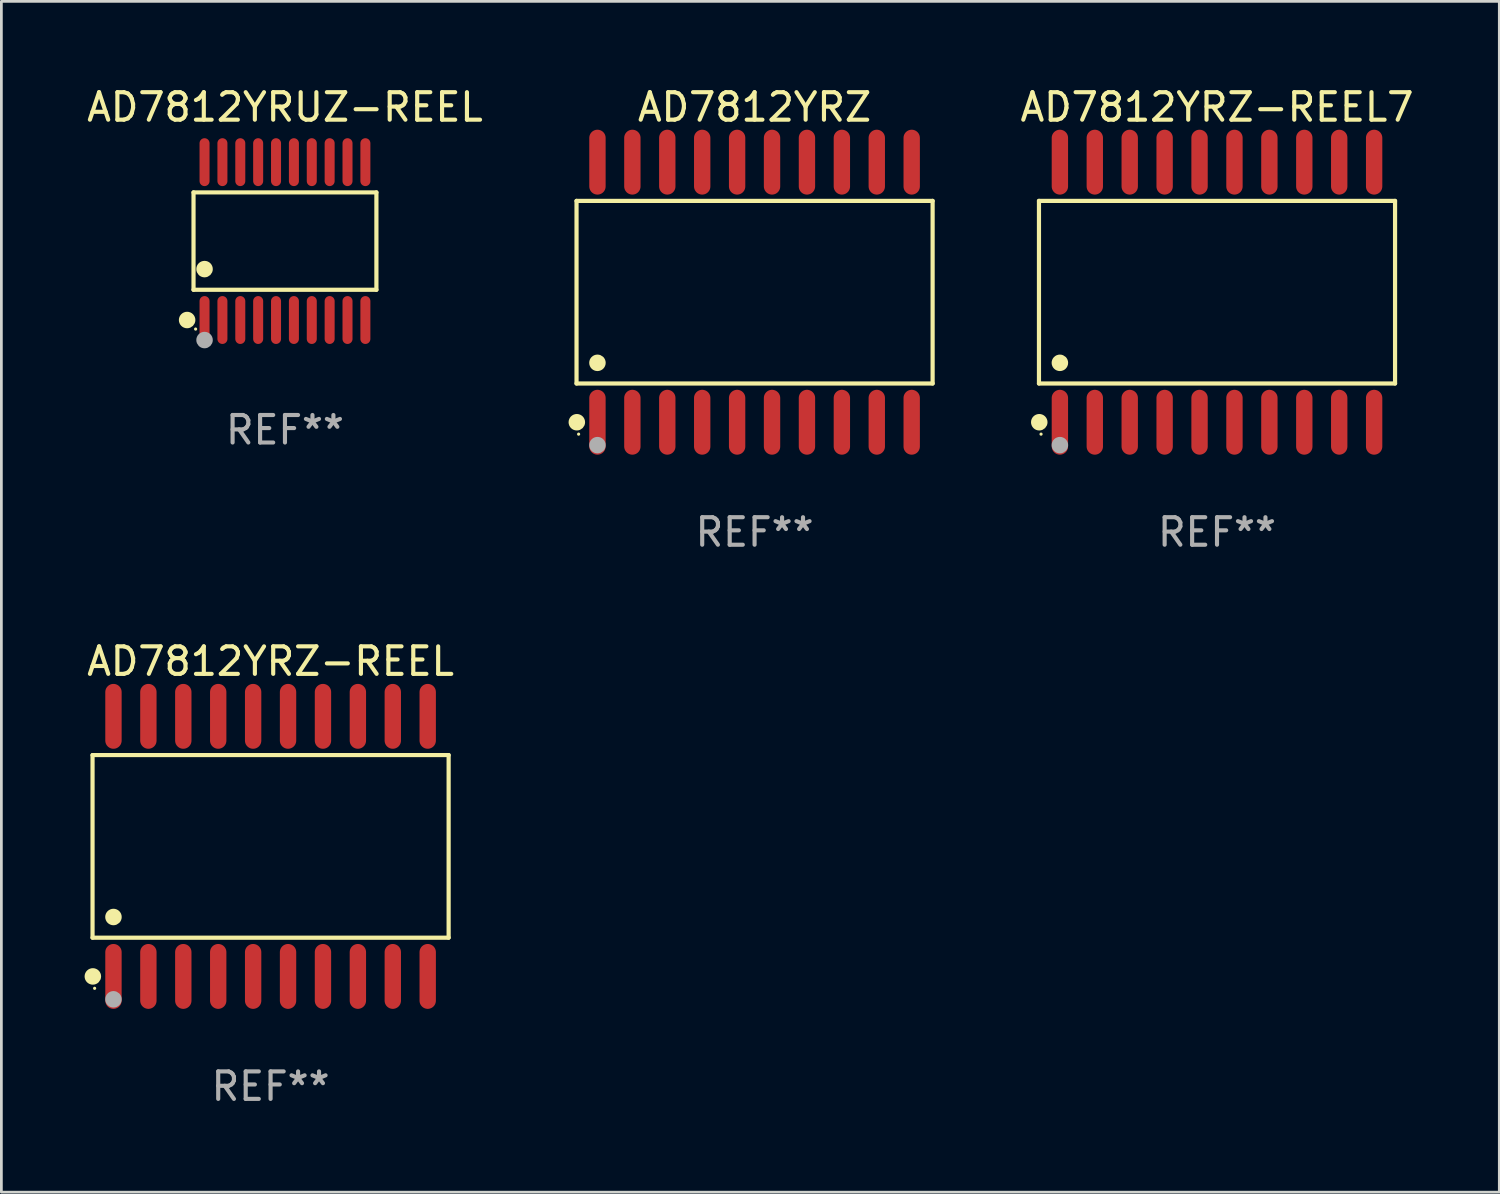
<source format=kicad_pcb>
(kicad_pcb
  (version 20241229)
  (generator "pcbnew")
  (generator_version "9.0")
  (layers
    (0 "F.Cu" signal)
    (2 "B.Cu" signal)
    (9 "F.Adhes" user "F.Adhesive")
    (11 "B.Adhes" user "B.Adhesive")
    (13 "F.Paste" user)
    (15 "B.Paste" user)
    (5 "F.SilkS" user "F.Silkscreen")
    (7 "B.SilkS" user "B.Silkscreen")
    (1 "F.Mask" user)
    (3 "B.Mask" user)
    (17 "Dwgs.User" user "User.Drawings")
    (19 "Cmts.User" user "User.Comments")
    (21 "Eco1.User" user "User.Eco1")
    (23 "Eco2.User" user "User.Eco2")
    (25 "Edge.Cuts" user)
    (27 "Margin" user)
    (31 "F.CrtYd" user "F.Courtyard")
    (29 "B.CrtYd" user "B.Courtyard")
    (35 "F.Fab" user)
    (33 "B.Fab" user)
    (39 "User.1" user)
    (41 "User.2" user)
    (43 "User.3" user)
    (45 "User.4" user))
  (footprint "AD7812YRZ"
    (layer "F.Cu")
    (at 24.396 7.578)
    (property "Reference" "AD7812YRZ" (at 0 -6.73 0) (layer "F.SilkS") (effects (font (size 1 1) (thickness 0.15))))
    (attr through_hole)
    (fp_line (start -6.476 -3.321) (end 6.476 -3.321) (stroke (width 0.152) (type solid)) (layer "F.SilkS"))
    (fp_line (start -6.476 3.321) (end -6.476 -3.321) (stroke (width 0.152) (type solid)) (layer "F.SilkS"))
    (fp_line (start 6.476 -3.321) (end 6.476 3.321) (stroke (width 0.152) (type solid)) (layer "F.SilkS"))
    (fp_line (start 6.476 3.321) (end -6.476 3.321) (stroke (width 0.152) (type solid)) (layer "F.SilkS"))
    (fp_circle (center -6.465 4.73) (end -6.315 4.73) (stroke (width 0.3) (type solid)) (fill no) (layer "F.SilkS"))
    (fp_circle (center -6.4 5.163) (end -6.37 5.163) (stroke (width 0.06) (type solid)) (fill no) (layer "F.SilkS"))
    (fp_circle (center -5.715 2.569) (end -5.565 2.569) (stroke (width 0.3) (type solid)) (fill no) (layer "F.SilkS"))
    (fp_circle (center -5.715 5.563) (end -5.565 5.563) (stroke (width 0.3) (type solid)) (fill no) (layer "F.Fab"))
    (fp_text user "REF**" (at 0 8.73 0) (layer "F.Fab") (effects (font (size 1 1) (thickness 0.15))))
    (pad "1" smd oval (at -5.715 4.73) (size 0.595 2.36) (layers "F.Cu" "F.Mask" "F.Paste"))
    (pad "2" smd oval (at -4.445 4.73) (size 0.595 2.36) (layers "F.Cu" "F.Mask" "F.Paste"))
    (pad "3" smd oval (at -3.175 4.73) (size 0.595 2.36) (layers "F.Cu" "F.Mask" "F.Paste"))
    (pad "4" smd oval (at -1.905 4.73) (size 0.595 2.36) (layers "F.Cu" "F.Mask" "F.Paste"))
    (pad "5" smd oval (at -0.635 4.73) (size 0.595 2.36) (layers "F.Cu" "F.Mask" "F.Paste"))
    (pad "6" smd oval (at 0.635 4.73) (size 0.595 2.36) (layers "F.Cu" "F.Mask" "F.Paste"))
    (pad "7" smd oval (at 1.905 4.73) (size 0.595 2.36) (layers "F.Cu" "F.Mask" "F.Paste"))
    (pad "8" smd oval (at 3.175 4.73) (size 0.595 2.36) (layers "F.Cu" "F.Mask" "F.Paste"))
    (pad "9" smd oval (at 4.445 4.73) (size 0.595 2.36) (layers "F.Cu" "F.Mask" "F.Paste"))
    (pad "10" smd oval (at 5.715 4.73) (size 0.595 2.36) (layers "F.Cu" "F.Mask" "F.Paste"))
    (pad "11" smd oval (at 5.715 -4.73) (size 0.595 2.36) (layers "F.Cu" "F.Mask" "F.Paste"))
    (pad "12" smd oval (at 4.445 -4.73) (size 0.595 2.36) (layers "F.Cu" "F.Mask" "F.Paste"))
    (pad "13" smd oval (at 3.175 -4.73) (size 0.595 2.36) (layers "F.Cu" "F.Mask" "F.Paste"))
    (pad "14" smd oval (at 1.905 -4.73) (size 0.595 2.36) (layers "F.Cu" "F.Mask" "F.Paste"))
    (pad "15" smd oval (at 0.635 -4.73) (size 0.595 2.36) (layers "F.Cu" "F.Mask" "F.Paste"))
    (pad "16" smd oval (at -0.635 -4.73) (size 0.595 2.36) (layers "F.Cu" "F.Mask" "F.Paste"))
    (pad "17" smd oval (at -1.905 -4.73) (size 0.595 2.36) (layers "F.Cu" "F.Mask" "F.Paste"))
    (pad "18" smd oval (at -3.175 -4.73) (size 0.595 2.36) (layers "F.Cu" "F.Mask" "F.Paste"))
    (pad "19" smd oval (at -4.445 -4.73) (size 0.595 2.36) (layers "F.Cu" "F.Mask" "F.Paste"))
    (pad "20" smd oval (at -5.715 -4.73) (size 0.595 2.36) (layers "F.Cu" "F.Mask" "F.Paste")))
  (footprint "AD7812YRZ-REEL"
    (layer "F.Cu")
    (at 6.792 27.735)
    (property "Reference" "AD7812YRZ-REEL" (at 0 -6.73 0) (layer "F.SilkS") (effects (font (size 1 1) (thickness 0.15))))
    (attr through_hole)
    (fp_line (start -6.476 -3.321) (end 6.476 -3.321) (stroke (width 0.152) (type solid)) (layer "F.SilkS"))
    (fp_line (start -6.476 3.321) (end -6.476 -3.321) (stroke (width 0.152) (type solid)) (layer "F.SilkS"))
    (fp_line (start 6.476 -3.321) (end 6.476 3.321) (stroke (width 0.152) (type solid)) (layer "F.SilkS"))
    (fp_line (start 6.476 3.321) (end -6.476 3.321) (stroke (width 0.152) (type solid)) (layer "F.SilkS"))
    (fp_circle (center -6.465 4.73) (end -6.315 4.73) (stroke (width 0.3) (type solid)) (fill no) (layer "F.SilkS"))
    (fp_circle (center -6.4 5.163) (end -6.37 5.163) (stroke (width 0.06) (type solid)) (fill no) (layer "F.SilkS"))
    (fp_circle (center -5.715 2.569) (end -5.565 2.569) (stroke (width 0.3) (type solid)) (fill no) (layer "F.SilkS"))
    (fp_circle (center -5.715 5.563) (end -5.565 5.563) (stroke (width 0.3) (type solid)) (fill no) (layer "F.Fab"))
    (fp_text user "REF**" (at 0 8.73 0) (layer "F.Fab") (effects (font (size 1 1) (thickness 0.15))))
    (pad "1" smd oval (at -5.715 4.73) (size 0.595 2.36) (layers "F.Cu" "F.Mask" "F.Paste"))
    (pad "2" smd oval (at -4.445 4.73) (size 0.595 2.36) (layers "F.Cu" "F.Mask" "F.Paste"))
    (pad "3" smd oval (at -3.175 4.73) (size 0.595 2.36) (layers "F.Cu" "F.Mask" "F.Paste"))
    (pad "4" smd oval (at -1.905 4.73) (size 0.595 2.36) (layers "F.Cu" "F.Mask" "F.Paste"))
    (pad "5" smd oval (at -0.635 4.73) (size 0.595 2.36) (layers "F.Cu" "F.Mask" "F.Paste"))
    (pad "6" smd oval (at 0.635 4.73) (size 0.595 2.36) (layers "F.Cu" "F.Mask" "F.Paste"))
    (pad "7" smd oval (at 1.905 4.73) (size 0.595 2.36) (layers "F.Cu" "F.Mask" "F.Paste"))
    (pad "8" smd oval (at 3.175 4.73) (size 0.595 2.36) (layers "F.Cu" "F.Mask" "F.Paste"))
    (pad "9" smd oval (at 4.445 4.73) (size 0.595 2.36) (layers "F.Cu" "F.Mask" "F.Paste"))
    (pad "10" smd oval (at 5.715 4.73) (size 0.595 2.36) (layers "F.Cu" "F.Mask" "F.Paste"))
    (pad "11" smd oval (at 5.715 -4.73) (size 0.595 2.36) (layers "F.Cu" "F.Mask" "F.Paste"))
    (pad "12" smd oval (at 4.445 -4.73) (size 0.595 2.36) (layers "F.Cu" "F.Mask" "F.Paste"))
    (pad "13" smd oval (at 3.175 -4.73) (size 0.595 2.36) (layers "F.Cu" "F.Mask" "F.Paste"))
    (pad "14" smd oval (at 1.905 -4.73) (size 0.595 2.36) (layers "F.Cu" "F.Mask" "F.Paste"))
    (pad "15" smd oval (at 0.635 -4.73) (size 0.595 2.36) (layers "F.Cu" "F.Mask" "F.Paste"))
    (pad "16" smd oval (at -0.635 -4.73) (size 0.595 2.36) (layers "F.Cu" "F.Mask" "F.Paste"))
    (pad "17" smd oval (at -1.905 -4.73) (size 0.595 2.36) (layers "F.Cu" "F.Mask" "F.Paste"))
    (pad "18" smd oval (at -3.175 -4.73) (size 0.595 2.36) (layers "F.Cu" "F.Mask" "F.Paste"))
    (pad "19" smd oval (at -4.445 -4.73) (size 0.595 2.36) (layers "F.Cu" "F.Mask" "F.Paste"))
    (pad "20" smd oval (at -5.715 -4.73) (size 0.595 2.36) (layers "F.Cu" "F.Mask" "F.Paste")))
  (footprint "AD7812YRUZ-REEL"
    (layer "F.Cu")
    (at 7.315 5.719)
    (property "Reference" "AD7812YRUZ-REEL" (at 0 -4.871 0) (layer "F.SilkS") (effects (font (size 1 1) (thickness 0.15))))
    (attr through_hole)
    (fp_line (start -3.326 -1.771) (end 3.326 -1.771) (stroke (width 0.152) (type solid)) (layer "F.SilkS"))
    (fp_line (start -3.326 1.771) (end -3.326 -1.771) (stroke (width 0.152) (type solid)) (layer "F.SilkS"))
    (fp_line (start 3.326 -1.771) (end 3.326 1.771) (stroke (width 0.152) (type solid)) (layer "F.SilkS"))
    (fp_line (start 3.326 1.771) (end -3.326 1.771) (stroke (width 0.152) (type solid)) (layer "F.SilkS"))
    (fp_circle (center -3.559 2.871) (end -3.409 2.871) (stroke (width 0.3) (type solid)) (fill no) (layer "F.SilkS"))
    (fp_circle (center -3.25 3.2) (end -3.22 3.2) (stroke (width 0.06) (type solid)) (fill no) (layer "F.SilkS"))
    (fp_circle (center -2.925 1.019) (end -2.775 1.019) (stroke (width 0.3) (type solid)) (fill no) (layer "F.SilkS"))
    (fp_circle (center -2.925 3.6) (end -2.775 3.6) (stroke (width 0.3) (type solid)) (fill no) (layer "F.Fab"))
    (fp_text user "REF**" (at 0 6.871 0) (layer "F.Fab") (effects (font (size 1 1) (thickness 0.15))))
    (pad "1" smd oval (at -2.925 2.871) (size 0.364 1.742) (layers "F.Cu" "F.Mask" "F.Paste"))
    (pad "2" smd oval (at -2.275 2.871) (size 0.364 1.742) (layers "F.Cu" "F.Mask" "F.Paste"))
    (pad "3" smd oval (at -1.625 2.871) (size 0.364 1.742) (layers "F.Cu" "F.Mask" "F.Paste"))
    (pad "4" smd oval (at -0.975 2.871) (size 0.364 1.742) (layers "F.Cu" "F.Mask" "F.Paste"))
    (pad "5" smd oval (at -0.325 2.871) (size 0.364 1.742) (layers "F.Cu" "F.Mask" "F.Paste"))
    (pad "6" smd oval (at 0.325 2.871) (size 0.364 1.742) (layers "F.Cu" "F.Mask" "F.Paste"))
    (pad "7" smd oval (at 0.975 2.871) (size 0.364 1.742) (layers "F.Cu" "F.Mask" "F.Paste"))
    (pad "8" smd oval (at 1.625 2.871) (size 0.364 1.742) (layers "F.Cu" "F.Mask" "F.Paste"))
    (pad "9" smd oval (at 2.275 2.871) (size 0.364 1.742) (layers "F.Cu" "F.Mask" "F.Paste"))
    (pad "10" smd oval (at 2.925 2.871) (size 0.364 1.742) (layers "F.Cu" "F.Mask" "F.Paste"))
    (pad "11" smd oval (at 2.925 -2.871) (size 0.364 1.742) (layers "F.Cu" "F.Mask" "F.Paste"))
    (pad "12" smd oval (at 2.275 -2.871) (size 0.364 1.742) (layers "F.Cu" "F.Mask" "F.Paste"))
    (pad "13" smd oval (at 1.625 -2.871) (size 0.364 1.742) (layers "F.Cu" "F.Mask" "F.Paste"))
    (pad "14" smd oval (at 0.975 -2.871) (size 0.364 1.742) (layers "F.Cu" "F.Mask" "F.Paste"))
    (pad "15" smd oval (at 0.325 -2.871) (size 0.364 1.742) (layers "F.Cu" "F.Mask" "F.Paste"))
    (pad "16" smd oval (at -0.325 -2.871) (size 0.364 1.742) (layers "F.Cu" "F.Mask" "F.Paste"))
    (pad "17" smd oval (at -0.975 -2.871) (size 0.364 1.742) (layers "F.Cu" "F.Mask" "F.Paste"))
    (pad "18" smd oval (at -1.625 -2.871) (size 0.364 1.742) (layers "F.Cu" "F.Mask" "F.Paste"))
    (pad "19" smd oval (at -2.275 -2.871) (size 0.364 1.742) (layers "F.Cu" "F.Mask" "F.Paste"))
    (pad "20" smd oval (at -2.925 -2.871) (size 0.364 1.742) (layers "F.Cu" "F.Mask" "F.Paste")))
  (footprint "AD7812YRZ-REEL7"
    (layer "F.Cu")
    (at 41.216 7.578)
    (property "Reference" "AD7812YRZ-REEL7" (at 0 -6.73 0) (layer "F.SilkS") (effects (font (size 1 1) (thickness 0.15))))
    (attr through_hole)
    (fp_line (start -6.476 -3.321) (end 6.476 -3.321) (stroke (width 0.152) (type solid)) (layer "F.SilkS"))
    (fp_line (start -6.476 3.321) (end -6.476 -3.321) (stroke (width 0.152) (type solid)) (layer "F.SilkS"))
    (fp_line (start 6.476 -3.321) (end 6.476 3.321) (stroke (width 0.152) (type solid)) (layer "F.SilkS"))
    (fp_line (start 6.476 3.321) (end -6.476 3.321) (stroke (width 0.152) (type solid)) (layer "F.SilkS"))
    (fp_circle (center -6.465 4.73) (end -6.315 4.73) (stroke (width 0.3) (type solid)) (fill no) (layer "F.SilkS"))
    (fp_circle (center -6.4 5.163) (end -6.37 5.163) (stroke (width 0.06) (type solid)) (fill no) (layer "F.SilkS"))
    (fp_circle (center -5.715 2.569) (end -5.565 2.569) (stroke (width 0.3) (type solid)) (fill no) (layer "F.SilkS"))
    (fp_circle (center -5.715 5.563) (end -5.565 5.563) (stroke (width 0.3) (type solid)) (fill no) (layer "F.Fab"))
    (fp_text user "REF**" (at 0 8.73 0) (layer "F.Fab") (effects (font (size 1 1) (thickness 0.15))))
    (pad "1" smd oval (at -5.715 4.73) (size 0.595 2.36) (layers "F.Cu" "F.Mask" "F.Paste"))
    (pad "2" smd oval (at -4.445 4.73) (size 0.595 2.36) (layers "F.Cu" "F.Mask" "F.Paste"))
    (pad "3" smd oval (at -3.175 4.73) (size 0.595 2.36) (layers "F.Cu" "F.Mask" "F.Paste"))
    (pad "4" smd oval (at -1.905 4.73) (size 0.595 2.36) (layers "F.Cu" "F.Mask" "F.Paste"))
    (pad "5" smd oval (at -0.635 4.73) (size 0.595 2.36) (layers "F.Cu" "F.Mask" "F.Paste"))
    (pad "6" smd oval (at 0.635 4.73) (size 0.595 2.36) (layers "F.Cu" "F.Mask" "F.Paste"))
    (pad "7" smd oval (at 1.905 4.73) (size 0.595 2.36) (layers "F.Cu" "F.Mask" "F.Paste"))
    (pad "8" smd oval (at 3.175 4.73) (size 0.595 2.36) (layers "F.Cu" "F.Mask" "F.Paste"))
    (pad "9" smd oval (at 4.445 4.73) (size 0.595 2.36) (layers "F.Cu" "F.Mask" "F.Paste"))
    (pad "10" smd oval (at 5.715 4.73) (size 0.595 2.36) (layers "F.Cu" "F.Mask" "F.Paste"))
    (pad "11" smd oval (at 5.715 -4.73) (size 0.595 2.36) (layers "F.Cu" "F.Mask" "F.Paste"))
    (pad "12" smd oval (at 4.445 -4.73) (size 0.595 2.36) (layers "F.Cu" "F.Mask" "F.Paste"))
    (pad "13" smd oval (at 3.175 -4.73) (size 0.595 2.36) (layers "F.Cu" "F.Mask" "F.Paste"))
    (pad "14" smd oval (at 1.905 -4.73) (size 0.595 2.36) (layers "F.Cu" "F.Mask" "F.Paste"))
    (pad "15" smd oval (at 0.635 -4.73) (size 0.595 2.36) (layers "F.Cu" "F.Mask" "F.Paste"))
    (pad "16" smd oval (at -0.635 -4.73) (size 0.595 2.36) (layers "F.Cu" "F.Mask" "F.Paste"))
    (pad "17" smd oval (at -1.905 -4.73) (size 0.595 2.36) (layers "F.Cu" "F.Mask" "F.Paste"))
    (pad "18" smd oval (at -3.175 -4.73) (size 0.595 2.36) (layers "F.Cu" "F.Mask" "F.Paste"))
    (pad "19" smd oval (at -4.445 -4.73) (size 0.595 2.36) (layers "F.Cu" "F.Mask" "F.Paste"))
    (pad "20" smd oval (at -5.715 -4.73) (size 0.595 2.36) (layers "F.Cu" "F.Mask" "F.Paste")))
  (gr_rect
    (start -3 -3)
    (end 51.484 40.313)
    (stroke (width 0.1) (type default))
    (fill no)
    (layer "Edge.Cuts")))
</source>
